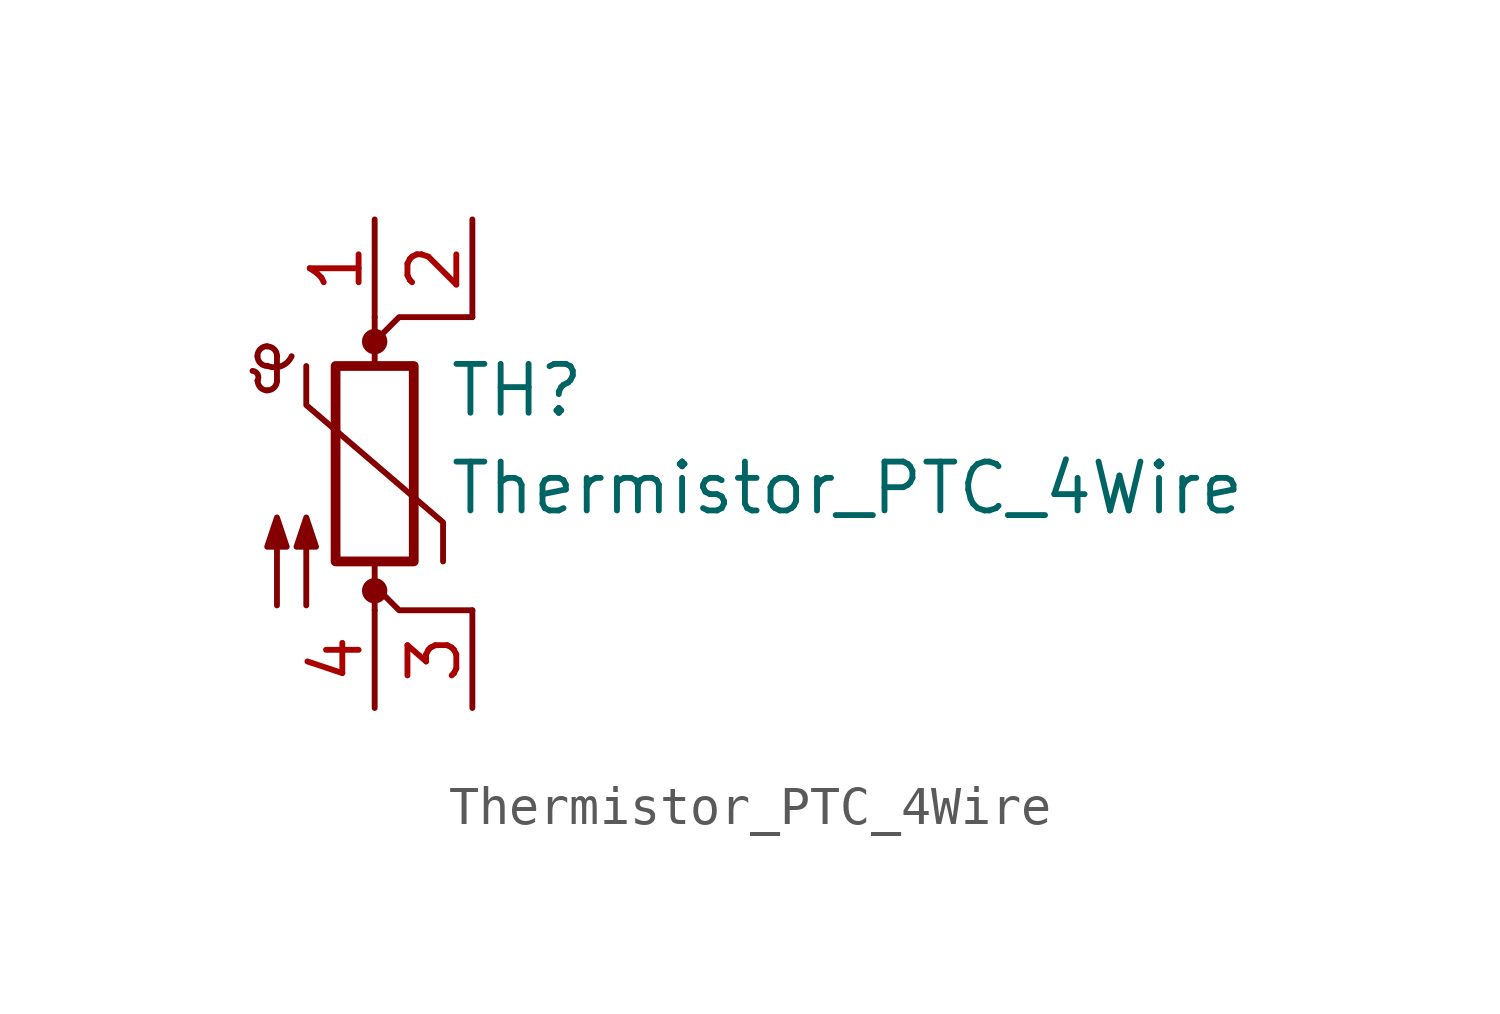
<source format=kicad_sym>
(kicad_symbol_lib
  (version 20201005)
  (generator kicad_symbol_editor)
  (symbol "Device:Thermistor_PTC_4Wire"
    (pin_names
      (offset 0))
    (property "Reference" "TH"
      (at 1.905 1.905 0)
      (effects (font (size 1.27 1.27)) (justify left)))
    (property "Value" "Thermistor_PTC_4Wire"
      (at 1.905 -0.635 0)
      (effects (font (size 1.27 1.27)) (justify left)))
    (symbol "Thermistor_PTC_4Wire_0_1"
      (arc (start -3.048 2.159) (end -3.175 2.413) (radius (at -3.2004 2.2352) (length 0.1778) (angles -26.5 81.8)) (stroke (width 0)) (fill (type none)))
      (arc (start -3.048 2.159) (end -2.794 1.905) (radius (at -2.794 2.159) (length 0.254) (angles 180 -90)) (stroke (width 0)) (fill (type none)))
      (arc (start -2.794 1.905) (end -2.54 2.159) (radius (at -2.794 2.159) (length 0.254) (angles -90 0)) (stroke (width 0)) (fill (type none)))
      (arc (start -2.54 2.794) (end -2.794 3.048) (radius (at -2.794 2.794) (length 0.254) (angles 0 90)) (stroke (width 0)) (fill (type none)))
      (arc (start -2.794 3.048) (end -3.048 2.794) (radius (at -2.794 2.794) (length 0.254) (angles 90 180)) (stroke (width 0)) (fill (type none)))
      (arc (start -3.048 2.794) (end -2.794 2.54) (radius (at -2.794 2.794) (length 0.254) (angles 180 -90)) (stroke (width 0)) (fill (type none)))
      (arc (start -2.794 2.54) (end -2.159 2.794) (radius (at -2.6416 3.0226) (length 0.508) (angles -107.5 -25.3)) (stroke (width 0)) (fill (type none)))
      (circle (center 0 -3.302) (radius 0.254) (stroke (width 0)) (fill (type outline)))
      (circle (center 0 3.175) (radius 0.254) (stroke (width 0)) (fill (type outline)))
      (rectangle (start -1.016 2.54) (end 1.016 -2.54) (stroke (width 0.254)) (fill (type none)))
      (polyline (pts (xy -2.54 2.159) (xy -2.54 2.794)) (stroke (width 0)) (fill (type none)))
      (polyline (pts (xy 0 -3.81) (xy 0 -2.54)) (stroke (width 0)) (fill (type none)))
      (polyline (pts (xy 0 3.175) (xy 0 3.175)) (stroke (width 0)) (fill (type none)))
      (polyline (pts (xy 0 3.81) (xy 0 2.54)) (stroke (width 0)) (fill (type none)))
      (polyline (pts (xy 2.54 -3.81) (xy 0.635 -3.81) (xy 0 -3.175)) (stroke (width 0)) (fill (type none)))
      (polyline (pts (xy 2.54 3.81) (xy 0.635 3.81) (xy 0 3.175)) (stroke (width 0)) (fill (type none)))
      (polyline (pts (xy -1.778 2.54) (xy -1.778 1.524) (xy 1.778 -1.524) (xy 1.778 -2.54)) (stroke (width 0)) (fill (type none)))
      (polyline (pts (xy -2.54 -3.683) (xy -2.54 -1.397) (xy -2.794 -2.159) (xy -2.286 -2.159) (xy -2.54 -1.397) (xy -2.54 -1.651)) (stroke (width 0)) (fill (type outline)))
      (polyline (pts (xy -1.778 -3.683) (xy -1.778 -1.397) (xy -2.032 -2.159) (xy -1.524 -2.159) (xy -1.778 -1.397) (xy -1.778 -1.651)) (stroke (width 0)) (fill (type outline))))
    (symbol "Thermistor_PTC_4Wire_1_1"
      (pin passive line (at 0 6.35 270) (length 2.54) (name "~" (effects (font (size 1.27 1.27)))) (number "1" (effects (font (size 1.27 1.27)))))
      (pin passive line (at 2.54 6.35 270) (length 2.54) (name "~" (effects (font (size 1.27 1.27)))) (number "2" (effects (font (size 1.27 1.27)))))
      (pin passive line (at 2.54 -6.35 90) (length 2.54) (name "~" (effects (font (size 1.27 1.27)))) (number "3" (effects (font (size 1.27 1.27)))))
      (pin passive line (at 0 -6.35 90) (length 2.54) (name "~" (effects (font (size 1.27 1.27)))) (number "4" (effects (font (size 1.27 1.27))))))))
</source>
